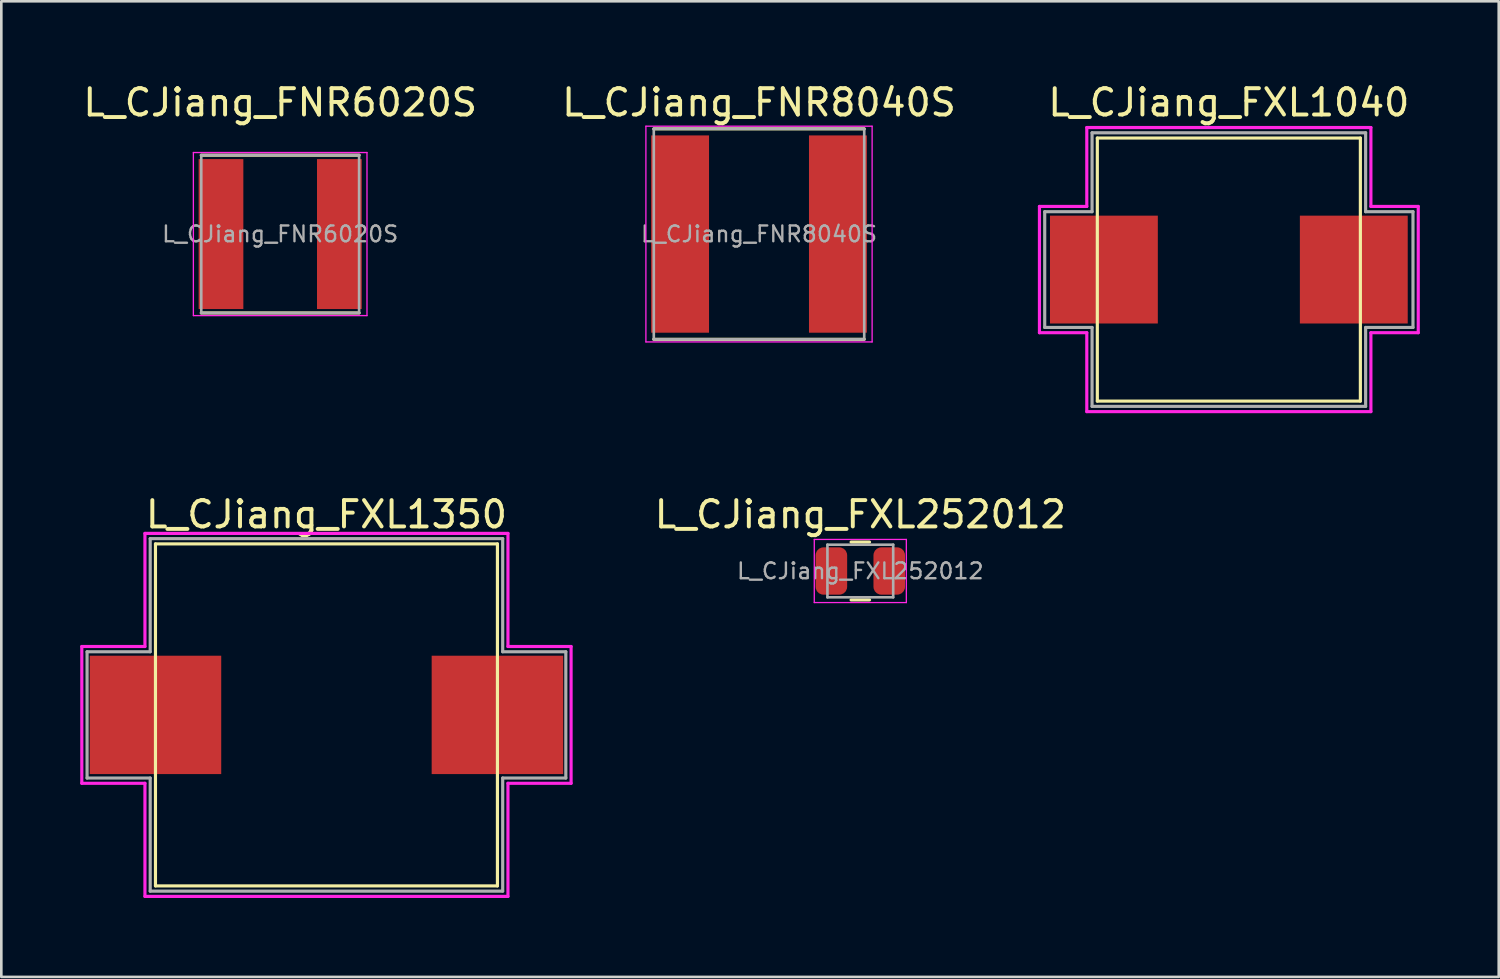
<source format=kicad_pcb>
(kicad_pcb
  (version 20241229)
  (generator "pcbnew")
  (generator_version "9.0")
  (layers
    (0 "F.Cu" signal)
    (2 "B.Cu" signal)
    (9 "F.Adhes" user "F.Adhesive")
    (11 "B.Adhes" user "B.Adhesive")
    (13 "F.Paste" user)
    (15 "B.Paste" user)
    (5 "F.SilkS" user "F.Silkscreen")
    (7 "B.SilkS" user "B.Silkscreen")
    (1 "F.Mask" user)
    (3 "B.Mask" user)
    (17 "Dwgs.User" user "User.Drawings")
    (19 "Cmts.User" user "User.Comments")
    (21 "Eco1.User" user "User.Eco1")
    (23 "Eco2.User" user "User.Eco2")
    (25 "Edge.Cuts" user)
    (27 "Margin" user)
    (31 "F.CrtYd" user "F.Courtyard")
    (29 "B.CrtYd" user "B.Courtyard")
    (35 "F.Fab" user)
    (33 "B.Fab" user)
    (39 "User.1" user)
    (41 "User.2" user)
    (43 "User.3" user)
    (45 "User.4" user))
  (footprint "L_CJiang_FNR8040S"
    (layer "F.Cu")
    (at 25.804 5.848)
    (property "Reference" "L_CJiang_FNR8040S" (at 0 -5 0) (layer "F.SilkS") (effects (font (size 1 1) (thickness 0.15))))
    (attr smd)
    (fp_line (start -4 -4) (end 4 -4) (stroke (width 0.12) (type solid)) (layer "F.SilkS"))
    (fp_line (start -4 4) (end 4 4) (stroke (width 0.12) (type solid)) (layer "F.SilkS"))
    (fp_line (start -4.3 -4.1) (end -4.3 4.1) (stroke (width 0.05) (type solid)) (layer "F.CrtYd"))
    (fp_line (start -4.3 4.1) (end 4.3 4.1) (stroke (width 0.05) (type solid)) (layer "F.CrtYd"))
    (fp_line (start 4.3 -4.1) (end -4.3 -4.1) (stroke (width 0.05) (type solid)) (layer "F.CrtYd"))
    (fp_line (start 4.3 4.1) (end 4.3 -4.1) (stroke (width 0.05) (type solid)) (layer "F.CrtYd"))
    (fp_line (start -4 -4) (end -4 4) (stroke (width 0.1) (type solid)) (layer "F.Fab"))
    (fp_line (start -4 4) (end 4 4) (stroke (width 0.1) (type solid)) (layer "F.Fab"))
    (fp_line (start 4 -4) (end -4 -4) (stroke (width 0.1) (type solid)) (layer "F.Fab"))
    (fp_line (start 4 4) (end 4 -4) (stroke (width 0.1) (type solid)) (layer "F.Fab"))
    (fp_text user "${REFERENCE}" (at 0 0 0) (layer "F.Fab") (effects (font (size 0.6 0.6) (thickness 0.09))))
    (pad "1" smd rect (at -3 0) (size 2.2 7.5) (layers "F.Cu" "F.Mask" "F.Paste"))
    (pad "2" smd rect (at 3 0) (size 2.2 7.5) (layers "F.Cu" "F.Mask" "F.Paste")))
  (footprint "L_CJiang_FXL1350"
    (layer "F.Cu")
    (at 9.36 24.127)
    (property "Reference" "L_CJiang_FXL1350" (at 0 -7.62 0) (layer "F.SilkS") (effects (font (size 1 1) (thickness 0.15))))
    (attr smd)
    (fp_line (start -6.5 -6.5) (end -6.5 6.5) (stroke (width 0.12) (type solid)) (layer "F.SilkS"))
    (fp_line (start -6.5 6.5) (end 6.5 6.5) (stroke (width 0.12) (type solid)) (layer "F.SilkS"))
    (fp_line (start 6.5 -6.5) (end -6.5 -6.5) (stroke (width 0.12) (type solid)) (layer "F.SilkS"))
    (fp_line (start 6.5 -6.5) (end 6.5 6.5) (stroke (width 0.12) (type solid)) (layer "F.SilkS"))
    (fp_line (start -9.3 -2.6) (end -9.3 2.6) (stroke (width 0.12) (type solid)) (layer "F.CrtYd"))
    (fp_line (start -9.3 2.6) (end -6.9 2.6) (stroke (width 0.12) (type solid)) (layer "F.CrtYd"))
    (fp_line (start -6.9 -6.9) (end -6.9 -2.6) (stroke (width 0.12) (type solid)) (layer "F.CrtYd"))
    (fp_line (start -6.9 -2.6) (end -9.3 -2.6) (stroke (width 0.12) (type solid)) (layer "F.CrtYd"))
    (fp_line (start -6.9 2.6) (end -6.9 6.9) (stroke (width 0.12) (type solid)) (layer "F.CrtYd"))
    (fp_line (start -6.9 6.9) (end 6.9 6.9) (stroke (width 0.12) (type solid)) (layer "F.CrtYd"))
    (fp_line (start 6.9 -6.9) (end -6.9 -6.9) (stroke (width 0.12) (type solid)) (layer "F.CrtYd"))
    (fp_line (start 6.9 -2.6) (end 6.9 -6.9) (stroke (width 0.12) (type solid)) (layer "F.CrtYd"))
    (fp_line (start 6.9 2.6) (end 9.3 2.6) (stroke (width 0.12) (type solid)) (layer "F.CrtYd"))
    (fp_line (start 6.9 6.9) (end 6.9 2.6) (stroke (width 0.12) (type solid)) (layer "F.CrtYd"))
    (fp_line (start 9.3 -2.6) (end 6.9 -2.6) (stroke (width 0.12) (type solid)) (layer "F.CrtYd"))
    (fp_line (start 9.3 2.6) (end 9.3 -2.6) (stroke (width 0.12) (type solid)) (layer "F.CrtYd"))
    (fp_line (start -9.1 -2.4) (end -9.1 2.4) (stroke (width 0.12) (type solid)) (layer "F.Fab"))
    (fp_line (start -9.1 2.4) (end -6.7 2.4) (stroke (width 0.12) (type solid)) (layer "F.Fab"))
    (fp_line (start -6.7 -6.7) (end -6.7 -2.4) (stroke (width 0.12) (type solid)) (layer "F.Fab"))
    (fp_line (start -6.7 -2.4) (end -9.1 -2.4) (stroke (width 0.12) (type solid)) (layer "F.Fab"))
    (fp_line (start -6.7 2.4) (end -6.7 6.7) (stroke (width 0.12) (type solid)) (layer "F.Fab"))
    (fp_line (start -6.7 6.7) (end 6.7 6.7) (stroke (width 0.12) (type solid)) (layer "F.Fab"))
    (fp_line (start 6.7 -6.7) (end -6.7 -6.7) (stroke (width 0.12) (type solid)) (layer "F.Fab"))
    (fp_line (start 6.7 -2.4) (end 6.7 -6.7) (stroke (width 0.12) (type solid)) (layer "F.Fab"))
    (fp_line (start 6.7 2.4) (end 9.1 2.4) (stroke (width 0.12) (type solid)) (layer "F.Fab"))
    (fp_line (start 6.7 6.7) (end 6.7 2.4) (stroke (width 0.12) (type solid)) (layer "F.Fab"))
    (fp_line (start 9.1 -2.4) (end 6.7 -2.4) (stroke (width 0.12) (type solid)) (layer "F.Fab"))
    (fp_line (start 9.1 2.4) (end 9.1 -2.4) (stroke (width 0.12) (type solid)) (layer "F.Fab"))
    (pad "1" smd rect (at -6.5 0) (size 5 4.5) (layers "F.Cu" "F.Mask" "F.Paste"))
    (pad "2" smd rect (at 6.5 0) (size 5 4.5) (layers "F.Cu" "F.Mask" "F.Paste")))
  (footprint "L_CJiang_FXL252012"
    (layer "F.Cu")
    (at 29.655 18.657)
    (property "Reference" "L_CJiang_FXL252012" (at 0 -2.15 0) (layer "F.SilkS") (effects (font (size 1 1) (thickness 0.15))))
    (attr smd)
    (fp_line (start -0.35 -1.1) (end 0.35 -1.1) (stroke (width 0.12) (type solid)) (layer "F.SilkS"))
    (fp_line (start -0.35 1.1) (end 0.35 1.1) (stroke (width 0.12) (type solid)) (layer "F.SilkS"))
    (fp_line (start -1.75 -1.2) (end -1.75 1.2) (stroke (width 0.05) (type solid)) (layer "F.CrtYd"))
    (fp_line (start -1.75 1.2) (end 1.75 1.2) (stroke (width 0.05) (type solid)) (layer "F.CrtYd"))
    (fp_line (start 1.75 -1.2) (end -1.75 -1.2) (stroke (width 0.05) (type solid)) (layer "F.CrtYd"))
    (fp_line (start 1.75 1.2) (end 1.75 -1.2) (stroke (width 0.05) (type solid)) (layer "F.CrtYd"))
    (fp_line (start -1.25 -1) (end -1.25 1) (stroke (width 0.1) (type solid)) (layer "F.Fab"))
    (fp_line (start -1.25 1) (end 1.25 1) (stroke (width 0.1) (type solid)) (layer "F.Fab"))
    (fp_line (start 1.25 -1) (end -1.25 -1) (stroke (width 0.1) (type solid)) (layer "F.Fab"))
    (fp_line (start 1.25 1) (end 1.25 -1) (stroke (width 0.1) (type solid)) (layer "F.Fab"))
    (fp_text user "${REFERENCE}" (at 0 0 0) (layer "F.Fab") (effects (font (size 0.6 0.6) (thickness 0.09))))
    (pad "1" smd roundrect (at -1.1 0) (size 1.2 1.8) (layers "F.Cu" "F.Mask" "F.Paste") (roundrect_rratio 0.25))
    (pad "2" smd roundrect (at 1.1 0) (size 1.2 1.8) (layers "F.Cu" "F.Mask" "F.Paste") (roundrect_rratio 0.25)))
  (footprint "L_CJiang_FNR6020S"
    (layer "F.Cu")
    (at 7.601 5.848)
    (property "Reference" "L_CJiang_FNR6020S" (at 0 -5 0) (layer "F.SilkS") (effects (font (size 1 1) (thickness 0.15))))
    (attr smd)
    (fp_line (start -3 -3) (end 3 -3) (stroke (width 0.12) (type solid)) (layer "F.SilkS"))
    (fp_line (start -3 3) (end 3 3) (stroke (width 0.12) (type solid)) (layer "F.SilkS"))
    (fp_line (start -3.3 -3.1) (end -3.3 3.1) (stroke (width 0.05) (type solid)) (layer "F.CrtYd"))
    (fp_line (start -3.3 3.1) (end 3.3 3.1) (stroke (width 0.05) (type solid)) (layer "F.CrtYd"))
    (fp_line (start 3.3 -3.1) (end -3.3 -3.1) (stroke (width 0.05) (type solid)) (layer "F.CrtYd"))
    (fp_line (start 3.3 3.1) (end 3.3 -3.1) (stroke (width 0.05) (type solid)) (layer "F.CrtYd"))
    (fp_line (start -3 -3) (end -3 3) (stroke (width 0.1) (type solid)) (layer "F.Fab"))
    (fp_line (start -3 3) (end 3 3) (stroke (width 0.1) (type solid)) (layer "F.Fab"))
    (fp_line (start 3 -3) (end -3 -3) (stroke (width 0.1) (type solid)) (layer "F.Fab"))
    (fp_line (start 3 3) (end 3 -3) (stroke (width 0.1) (type solid)) (layer "F.Fab"))
    (fp_text user "${REFERENCE}" (at 0 0 0) (layer "F.Fab") (effects (font (size 0.6 0.6) (thickness 0.09))))
    (pad "1" smd rect (at -2.25 0) (size 1.7 5.7) (layers "F.Cu" "F.Mask" "F.Paste"))
    (pad "2" smd rect (at 2.25 0) (size 1.7 5.7) (layers "F.Cu" "F.Mask" "F.Paste")))
  (footprint "L_CJiang_FXL1040"
    (layer "F.Cu")
    (at 43.665 7.198)
    (property "Reference" "L_CJiang_FXL1040" (at 0 -6.35 0) (layer "F.SilkS") (effects (font (size 1 1) (thickness 0.15))))
    (attr smd)
    (fp_line (start -5 -5) (end 5 -5) (stroke (width 0.12) (type solid)) (layer "F.SilkS"))
    (fp_line (start -5 5) (end -5 -5) (stroke (width 0.12) (type solid)) (layer "F.SilkS"))
    (fp_line (start 5 -5) (end 5 5) (stroke (width 0.12) (type solid)) (layer "F.SilkS"))
    (fp_line (start 5 5) (end -5 5) (stroke (width 0.12) (type solid)) (layer "F.SilkS"))
    (fp_line (start -7.2 -2.4) (end -7.2 2.4) (stroke (width 0.12) (type solid)) (layer "F.CrtYd"))
    (fp_line (start -7.2 2.4) (end -5.4 2.4) (stroke (width 0.12) (type solid)) (layer "F.CrtYd"))
    (fp_line (start -5.4 -5.4) (end -5.4 -2.4) (stroke (width 0.12) (type solid)) (layer "F.CrtYd"))
    (fp_line (start -5.4 -2.4) (end -7.2 -2.4) (stroke (width 0.12) (type solid)) (layer "F.CrtYd"))
    (fp_line (start -5.4 2.4) (end -5.4 5.4) (stroke (width 0.12) (type solid)) (layer "F.CrtYd"))
    (fp_line (start -5.4 5.4) (end 5.4 5.4) (stroke (width 0.12) (type solid)) (layer "F.CrtYd"))
    (fp_line (start 5.4 -5.4) (end -5.4 -5.4) (stroke (width 0.12) (type solid)) (layer "F.CrtYd"))
    (fp_line (start 5.4 -2.4) (end 5.4 -5.4) (stroke (width 0.12) (type solid)) (layer "F.CrtYd"))
    (fp_line (start 5.4 2.4) (end 7.2 2.4) (stroke (width 0.12) (type solid)) (layer "F.CrtYd"))
    (fp_line (start 5.4 5.4) (end 5.4 2.4) (stroke (width 0.12) (type solid)) (layer "F.CrtYd"))
    (fp_line (start 7.2 -2.4) (end 5.4 -2.4) (stroke (width 0.12) (type solid)) (layer "F.CrtYd"))
    (fp_line (start 7.2 2.4) (end 7.2 -2.4) (stroke (width 0.12) (type solid)) (layer "F.CrtYd"))
    (fp_line (start -7 -2.2) (end -7 2.2) (stroke (width 0.12) (type solid)) (layer "F.Fab"))
    (fp_line (start -7 2.2) (end -5.2 2.2) (stroke (width 0.12) (type solid)) (layer "F.Fab"))
    (fp_line (start -5.2 -5.2) (end -5.2 -2.2) (stroke (width 0.12) (type solid)) (layer "F.Fab"))
    (fp_line (start -5.2 -2.2) (end -7 -2.2) (stroke (width 0.12) (type solid)) (layer "F.Fab"))
    (fp_line (start -5.2 2.2) (end -5.2 5.2) (stroke (width 0.12) (type solid)) (layer "F.Fab"))
    (fp_line (start -5.2 5.2) (end 5.2 5.2) (stroke (width 0.12) (type solid)) (layer "F.Fab"))
    (fp_line (start 5.2 -5.2) (end -5.2 -5.2) (stroke (width 0.12) (type solid)) (layer "F.Fab"))
    (fp_line (start 5.2 -2.2) (end 5.2 -5.2) (stroke (width 0.12) (type solid)) (layer "F.Fab"))
    (fp_line (start 5.2 2.2) (end 7 2.2) (stroke (width 0.12) (type solid)) (layer "F.Fab"))
    (fp_line (start 5.2 5.2) (end 5.2 2.2) (stroke (width 0.12) (type solid)) (layer "F.Fab"))
    (fp_line (start 7 -2.2) (end 5.2 -2.2) (stroke (width 0.12) (type solid)) (layer "F.Fab"))
    (fp_line (start 7 2.2) (end 7 -2.2) (stroke (width 0.12) (type solid)) (layer "F.Fab"))
    (pad "1" smd rect (at -4.75 0) (size 4.1 4.1) (layers "F.Cu" "F.Mask" "F.Paste"))
    (pad "2" smd rect (at 4.75 0) (size 4.1 4.1) (layers "F.Cu" "F.Mask" "F.Paste")))
  (gr_rect
    (start -3 -3)
    (end 53.925 34.087)
    (stroke (width 0.1) (type default))
    (fill no)
    (layer "Edge.Cuts")))
</source>
